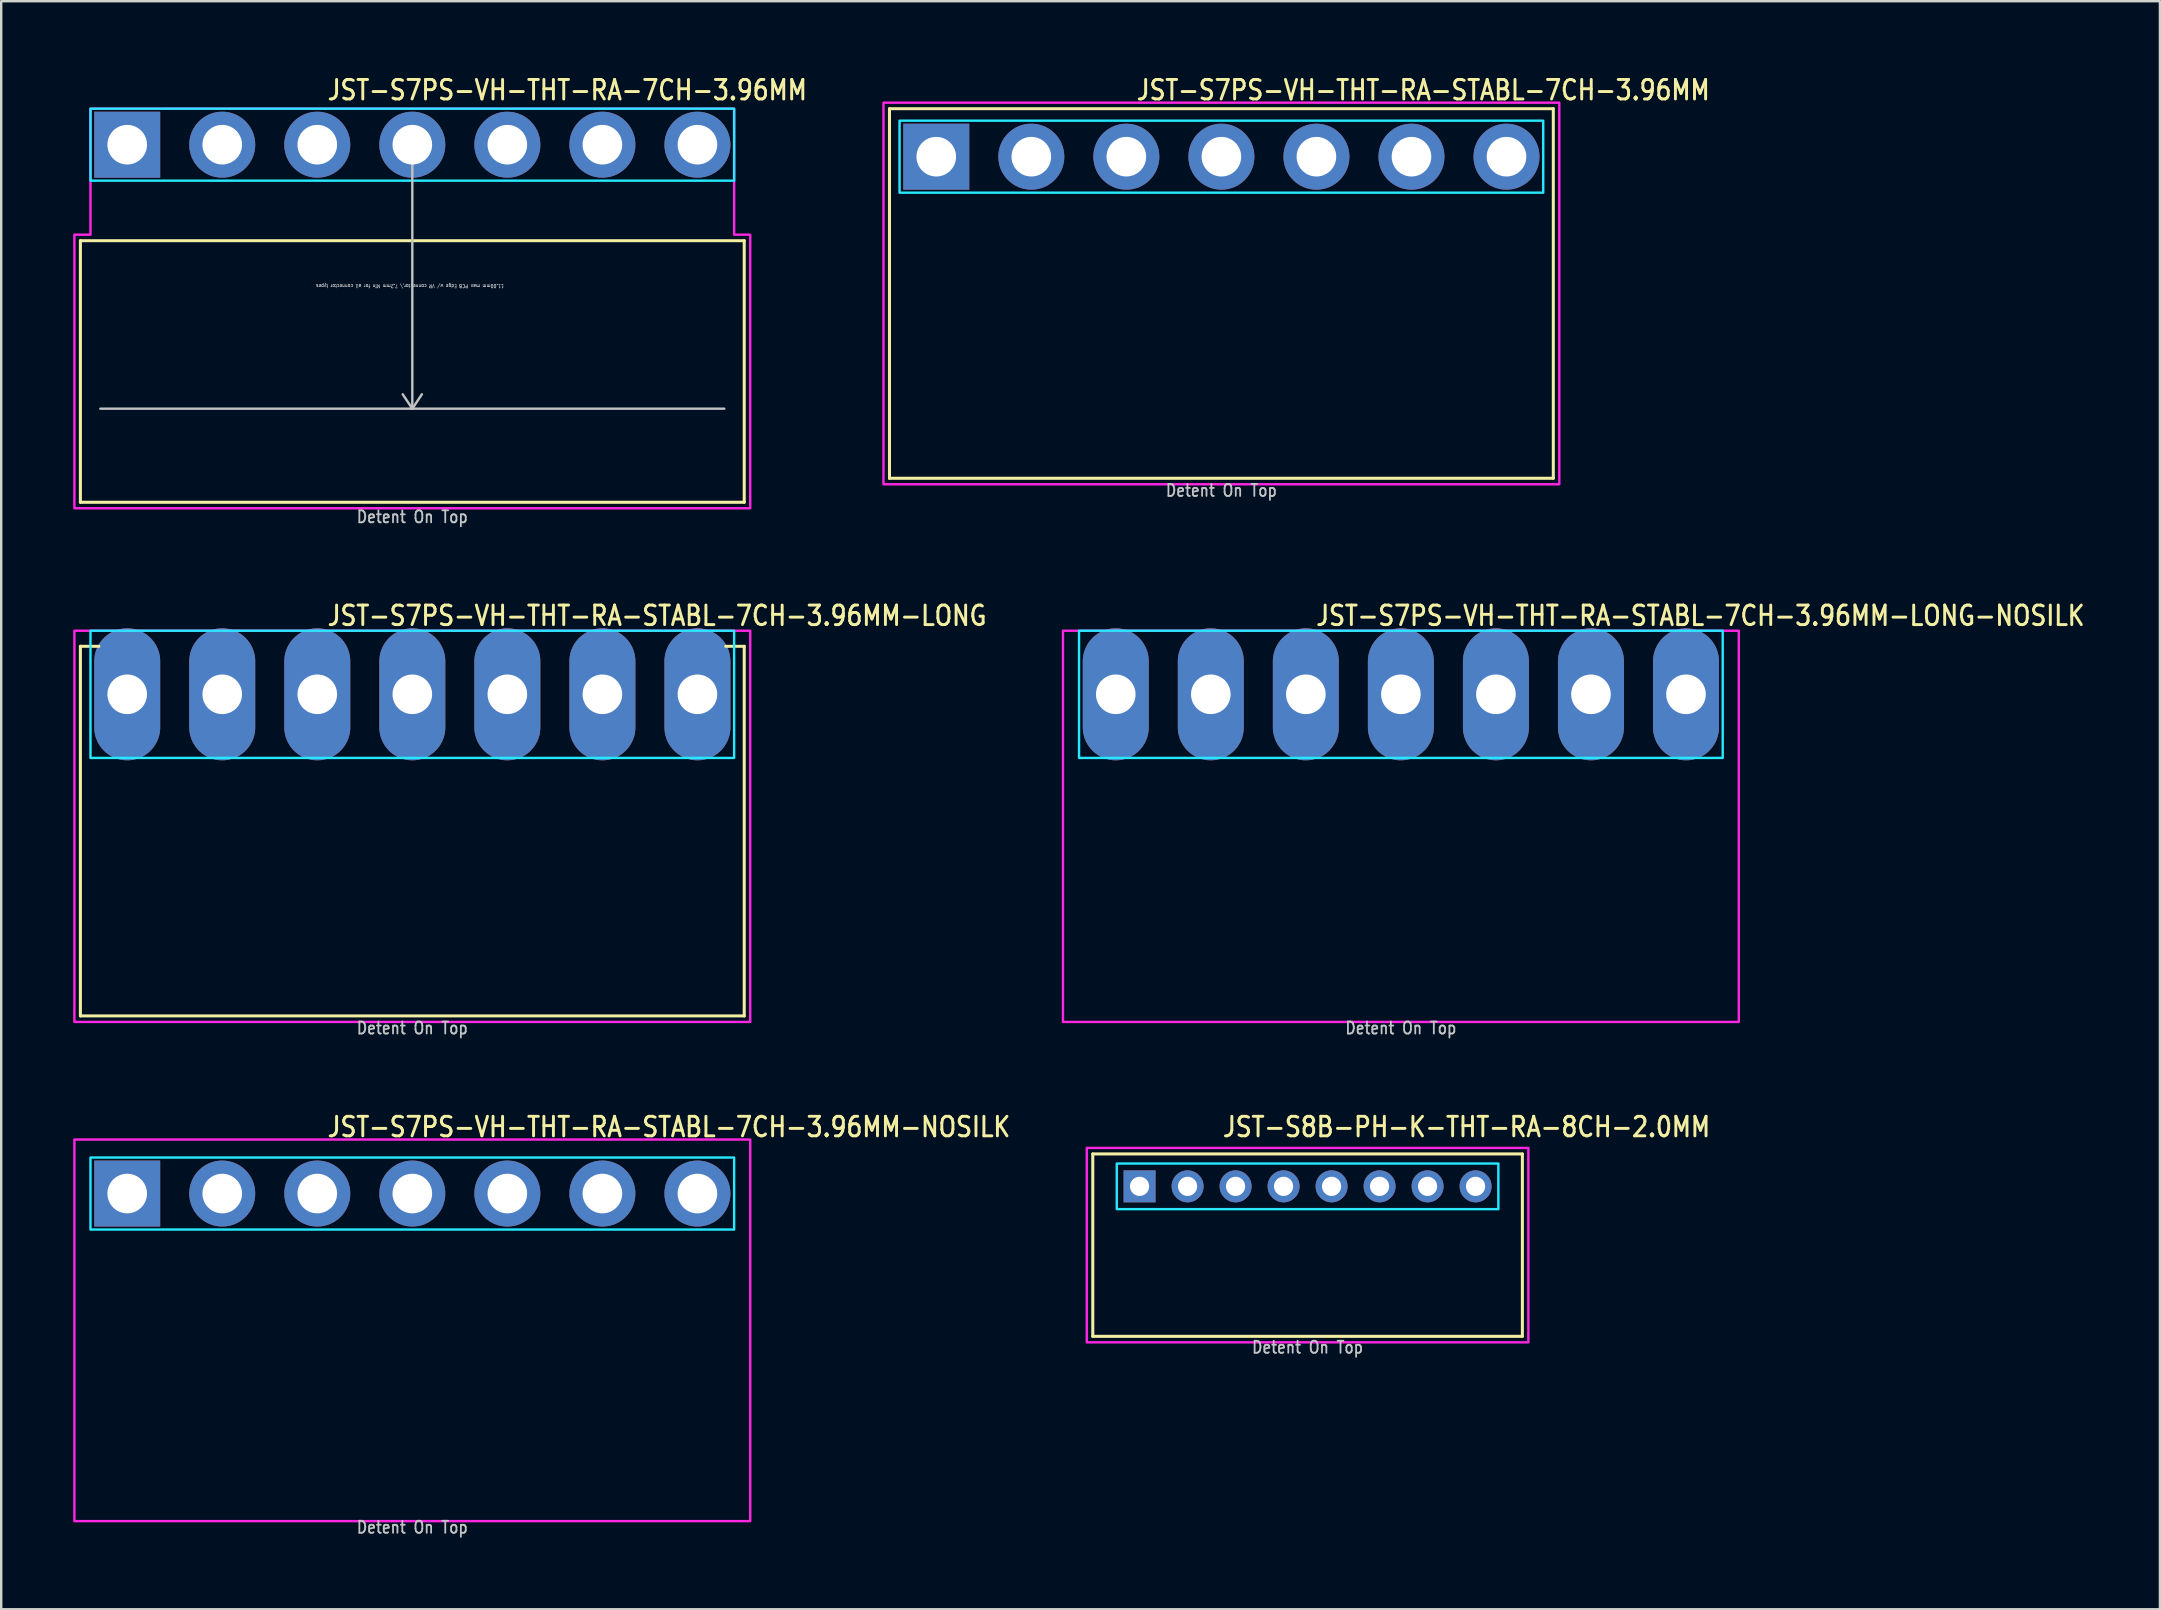
<source format=kicad_pcb>
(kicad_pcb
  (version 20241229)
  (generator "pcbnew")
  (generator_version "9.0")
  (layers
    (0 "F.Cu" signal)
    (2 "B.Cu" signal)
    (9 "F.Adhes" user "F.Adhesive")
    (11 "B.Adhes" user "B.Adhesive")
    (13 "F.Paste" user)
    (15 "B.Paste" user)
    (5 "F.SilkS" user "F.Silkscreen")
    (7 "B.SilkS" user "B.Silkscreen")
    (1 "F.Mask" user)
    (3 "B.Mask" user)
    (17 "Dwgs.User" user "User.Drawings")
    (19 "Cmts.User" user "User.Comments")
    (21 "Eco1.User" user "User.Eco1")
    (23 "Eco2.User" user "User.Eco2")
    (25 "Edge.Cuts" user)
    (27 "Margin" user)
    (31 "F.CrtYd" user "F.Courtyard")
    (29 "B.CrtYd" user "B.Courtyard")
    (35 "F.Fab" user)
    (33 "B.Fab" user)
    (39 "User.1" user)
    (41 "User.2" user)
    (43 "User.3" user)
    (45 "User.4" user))
  (footprint "JST-S7PS-VH-THT-RA-STABL-7CH-3.96MM-LONG"
    (layer "F.Cu")
    (at 14.13 25.88)
    (property "Reference" "JST-S7PS-VH-THT-RA-STABL-7CH-3.96MM-LONG" (at -3.6 -2.8 0) (unlocked yes) (layer "F.SilkS") (effects (font (size 0.813 0.695) (thickness 0.122)) (justify left bottom)))
    (fp_line (start -13.83 -2) (end -13.06 -2) (stroke (width 0.127) (type solid)) (layer "F.SilkS"))
    (fp_line (start -13.83 13.4) (end -13.83 -2) (stroke (width 0.127) (type solid)) (layer "F.SilkS"))
    (fp_line (start -13.83 13.4) (end 13.83 13.4) (stroke (width 0.127) (type solid)) (layer "F.SilkS"))
    (fp_line (start 13.83 -2) (end 13.06 -2) (stroke (width 0.127) (type solid)) (layer "F.SilkS"))
    (fp_line (start 13.83 -2) (end 13.83 13.4) (stroke (width 0.127) (type solid)) (layer "F.SilkS"))
    (fp_poly (pts (xy -13.41 -2.65) (xy -13.41 2.65) (xy 13.41 2.65) (xy 13.41 -2.65)) (stroke (width 0.1) (type solid)) (fill no) (layer "B.CrtYd"))
    (fp_poly (pts (xy -14.08 -2.65) (xy -14.08 13.65) (xy 14.08 13.65) (xy 14.08 -2.65)) (stroke (width 0.1) (type solid)) (fill no) (layer "F.CrtYd"))
    (fp_text user "Detent On Top" (at 0 14.2 0) (unlocked yes) (layer "Dwgs.User") (effects (font (size 0.5 0.427) (thickness 0.075)) (justify bottom)))
    (pad "1" thru_hole oval (at -11.88 0 90) (size 5.5 2.75) (drill 1.65) (layers "*.Cu" "*.Mask"))
    (pad "2" thru_hole oval (at -7.92 0 90) (size 5.5 2.75) (drill 1.65) (layers "*.Cu" "*.Mask"))
    (pad "3" thru_hole oval (at -3.96 0 90) (size 5.5 2.75) (drill 1.65) (layers "*.Cu" "*.Mask"))
    (pad "4" thru_hole oval (at 0 0 90) (size 5.5 2.75) (drill 1.65) (layers "*.Cu" "*.Mask"))
    (pad "5" thru_hole oval (at 3.96 0 90) (size 5.5 2.75) (drill 1.65) (layers "*.Cu" "*.Mask"))
    (pad "6" thru_hole oval (at 7.92 0 90) (size 5.5 2.75) (drill 1.65) (layers "*.Cu" "*.Mask"))
    (pad "7" thru_hole oval (at 11.88 0 90) (size 5.5 2.75) (drill 1.65) (layers "*.Cu" "*.Mask")))
  (footprint "JST-S7PS-VH-THT-RA-STABL-7CH-3.96MM"
    (layer "F.Cu")
    (at 47.842 3.479)
    (property "Reference" "JST-S7PS-VH-THT-RA-STABL-7CH-3.96MM" (at -3.6 -2.3 0) (unlocked yes) (layer "F.SilkS") (effects (font (size 0.813 0.695) (thickness 0.122)) (justify left bottom)))
    (fp_line (start -13.83 -2) (end 13.83 -2) (stroke (width 0.127) (type solid)) (layer "F.SilkS"))
    (fp_line (start -13.83 13.4) (end -13.83 -2) (stroke (width 0.127) (type solid)) (layer "F.SilkS"))
    (fp_line (start -13.83 13.4) (end 13.83 13.4) (stroke (width 0.127) (type solid)) (layer "F.SilkS"))
    (fp_line (start 13.83 -2) (end 13.83 13.4) (stroke (width 0.127) (type solid)) (layer "F.SilkS"))
    (fp_poly (pts (xy -13.41 -1.5) (xy -13.41 1.5) (xy 13.41 1.5) (xy 13.41 -1.5)) (stroke (width 0.1) (type solid)) (fill no) (layer "B.CrtYd"))
    (fp_poly (pts (xy -14.08 13.65) (xy 14.08 13.65) (xy 14.08 -2.25) (xy -14.08 -2.25)) (stroke (width 0.1) (type solid)) (fill no) (layer "F.CrtYd"))
    (fp_text user "Detent On Top" (at 0 14.2 0) (unlocked yes) (layer "Dwgs.User") (effects (font (size 0.5 0.427) (thickness 0.075)) (justify bottom)))
    (pad "1" thru_hole rect (at -11.88 0) (size 2.75 2.75) (drill 1.65) (layers "*.Cu" "*.Mask"))
    (pad "2" thru_hole oval (at -7.92 0) (size 2.75 2.75) (drill 1.65) (layers "*.Cu" "*.Mask"))
    (pad "3" thru_hole oval (at -3.96 0) (size 2.75 2.75) (drill 1.65) (layers "*.Cu" "*.Mask"))
    (pad "4" thru_hole oval (at 0 0) (size 2.75 2.75) (drill 1.65) (layers "*.Cu" "*.Mask"))
    (pad "5" thru_hole oval (at 3.96 0) (size 2.75 2.75) (drill 1.65) (layers "*.Cu" "*.Mask"))
    (pad "6" thru_hole oval (at 7.92 0) (size 2.75 2.75) (drill 1.65) (layers "*.Cu" "*.Mask"))
    (pad "7" thru_hole oval (at 11.88 0) (size 2.75 2.75) (drill 1.65) (layers "*.Cu" "*.Mask")))
  (footprint "JST-S7PS-VH-THT-RA-STABL-7CH-3.96MM-NOSILK"
    (layer "F.Cu")
    (at 14.13 46.682)
    (property "Reference" "JST-S7PS-VH-THT-RA-STABL-7CH-3.96MM-NOSILK" (at -3.6 -2.3 0) (unlocked yes) (layer "F.SilkS") (effects (font (size 0.813 0.695) (thickness 0.122)) (justify left bottom)))
    (fp_poly (pts (xy -13.41 -1.5) (xy -13.41 1.5) (xy 13.41 1.5) (xy 13.41 -1.5)) (stroke (width 0.1) (type solid)) (fill no) (layer "B.CrtYd"))
    (fp_poly (pts (xy -14.08 13.65) (xy 14.08 13.65) (xy 14.08 -2.25) (xy -14.08 -2.25)) (stroke (width 0.1) (type solid)) (fill no) (layer "F.CrtYd"))
    (fp_text user "Detent On Top" (at 0 14.2 0) (unlocked yes) (layer "Dwgs.User") (effects (font (size 0.5 0.427) (thickness 0.075)) (justify bottom)))
    (pad "1" thru_hole rect (at -11.88 0) (size 2.75 2.75) (drill 1.65) (layers "*.Cu" "*.Mask"))
    (pad "2" thru_hole oval (at -7.92 0) (size 2.75 2.75) (drill 1.65) (layers "*.Cu" "*.Mask"))
    (pad "3" thru_hole oval (at -3.96 0) (size 2.75 2.75) (drill 1.65) (layers "*.Cu" "*.Mask"))
    (pad "4" thru_hole oval (at 0 0) (size 2.75 2.75) (drill 1.65) (layers "*.Cu" "*.Mask"))
    (pad "5" thru_hole oval (at 3.96 0) (size 2.75 2.75) (drill 1.65) (layers "*.Cu" "*.Mask"))
    (pad "6" thru_hole oval (at 7.92 0) (size 2.75 2.75) (drill 1.65) (layers "*.Cu" "*.Mask"))
    (pad "7" thru_hole oval (at 11.88 0) (size 2.75 2.75) (drill 1.65) (layers "*.Cu" "*.Mask")))
  (footprint "JST-S7PS-VH-THT-RA-STABL-7CH-3.96MM-LONG-NOSILK"
    (layer "F.Cu")
    (at 55.321 25.88)
    (property "Reference" "JST-S7PS-VH-THT-RA-STABL-7CH-3.96MM-LONG-NOSILK" (at -3.6 -2.8 0) (unlocked yes) (layer "F.SilkS") (effects (font (size 0.813 0.695) (thickness 0.122)) (justify left bottom)))
    (fp_poly (pts (xy -13.41 -2.65) (xy -13.41 2.65) (xy 13.41 2.65) (xy 13.41 -2.65)) (stroke (width 0.1) (type solid)) (fill no) (layer "B.CrtYd"))
    (fp_poly (pts (xy -14.08 -2.65) (xy -14.08 13.65) (xy 14.08 13.65) (xy 14.08 -2.65)) (stroke (width 0.1) (type solid)) (fill no) (layer "F.CrtYd"))
    (fp_text user "Detent On Top" (at 0 14.2 0) (unlocked yes) (layer "Dwgs.User") (effects (font (size 0.5 0.427) (thickness 0.075)) (justify bottom)))
    (pad "1" thru_hole oval (at -11.88 0 90) (size 5.5 2.75) (drill 1.65) (layers "*.Cu" "*.Mask"))
    (pad "2" thru_hole oval (at -7.92 0 90) (size 5.5 2.75) (drill 1.65) (layers "*.Cu" "*.Mask"))
    (pad "3" thru_hole oval (at -3.96 0 90) (size 5.5 2.75) (drill 1.65) (layers "*.Cu" "*.Mask"))
    (pad "4" thru_hole oval (at 0 0 90) (size 5.5 2.75) (drill 1.65) (layers "*.Cu" "*.Mask"))
    (pad "5" thru_hole oval (at 3.96 0 90) (size 5.5 2.75) (drill 1.65) (layers "*.Cu" "*.Mask"))
    (pad "6" thru_hole oval (at 7.92 0 90) (size 5.5 2.75) (drill 1.65) (layers "*.Cu" "*.Mask"))
    (pad "7" thru_hole oval (at 11.88 0 90) (size 5.5 2.75) (drill 1.65) (layers "*.Cu" "*.Mask")))
  (footprint "JST-S7PS-VH-THT-RA-7CH-3.96MM"
    (layer "F.Cu")
    (at 14.13 2.979)
    (property "Reference" "JST-S7PS-VH-THT-RA-7CH-3.96MM" (at -3.6 -1.8 0) (unlocked yes) (layer "F.SilkS") (effects (font (size 0.813 0.695) (thickness 0.122)) (justify left bottom)))
    (fp_line (start -13.83 4) (end 13.83 4) (stroke (width 0.127) (type solid)) (layer "F.SilkS"))
    (fp_line (start -13.83 14.9) (end -13.83 4) (stroke (width 0.127) (type solid)) (layer "F.SilkS"))
    (fp_line (start -13.83 14.9) (end 13.83 14.9) (stroke (width 0.127) (type solid)) (layer "F.SilkS"))
    (fp_line (start 13.83 4) (end 13.83 14.9) (stroke (width 0.127) (type solid)) (layer "F.SilkS"))
    (fp_line (start -13 11) (end 13 11) (stroke (width 0.1) (type solid)) (layer "Dwgs.User"))
    (fp_line (start 0 0) (end -0.4 0.6) (stroke (width 0.1) (type solid)) (layer "Dwgs.User"))
    (fp_line (start 0 0) (end 0 11) (stroke (width 0.1) (type solid)) (layer "Dwgs.User"))
    (fp_line (start 0 0) (end 0.4 0.6) (stroke (width 0.1) (type solid)) (layer "Dwgs.User"))
    (fp_line (start 0 11) (end -0.4 10.4) (stroke (width 0.1) (type solid)) (layer "Dwgs.User"))
    (fp_line (start 0 11) (end 0.4 10.4) (stroke (width 0.1) (type solid)) (layer "Dwgs.User"))
    (fp_poly (pts (xy -13.41 -1.5) (xy -13.41 1.5) (xy 13.41 1.5) (xy 13.41 -1.5)) (stroke (width 0.1) (type solid)) (fill no) (layer "B.CrtYd"))
    (fp_poly (pts (xy -14.08 3.75) (xy -14.08 15.15) (xy 14.08 15.15) (xy 14.08 3.75) (xy 13.41 3.75) (xy 13.41 -1.5) (xy -13.41 -1.5) (xy -13.41 3.75)) (stroke (width 0.1) (type solid)) (fill no) (layer "F.CrtYd"))
    (fp_text user "Detent On Top" (at 0 15.8 0) (unlocked yes) (layer "Dwgs.User") (effects (font (size 0.5 0.427) (thickness 0.075)) (justify bottom)))
    (fp_text user "11.00mm max PCB Edge w/ VR connector,\\ 7.2mm Min for all connector types" (at -0.1 5.8 180) (unlocked yes) (layer "Dwgs.User") (effects (font (size 0.15 0.128) (thickness 0.022)) (justify bottom)))
    (pad "1" thru_hole rect (at -11.88 0) (size 2.75 2.75) (drill 1.65) (layers "*.Cu" "*.Mask"))
    (pad "2" thru_hole oval (at -7.92 0) (size 2.75 2.75) (drill 1.65) (layers "*.Cu" "*.Mask"))
    (pad "3" thru_hole oval (at -3.96 0) (size 2.75 2.75) (drill 1.65) (layers "*.Cu" "*.Mask"))
    (pad "4" thru_hole oval (at 0 0) (size 2.75 2.75) (drill 1.65) (layers "*.Cu" "*.Mask"))
    (pad "5" thru_hole oval (at 3.96 0) (size 2.75 2.75) (drill 1.65) (layers "*.Cu" "*.Mask"))
    (pad "6" thru_hole oval (at 7.92 0) (size 2.75 2.75) (drill 1.65) (layers "*.Cu" "*.Mask"))
    (pad "7" thru_hole oval (at 11.88 0) (size 2.75 2.75) (drill 1.65) (layers "*.Cu" "*.Mask")))
  (footprint "JST-S8B-PH-K-THT-RA-8CH-2.0MM"
    (layer "F.Cu")
    (at 51.433 46.382)
    (property "Reference" "JST-S8B-PH-K-THT-RA-8CH-2.0MM" (at -3.6 -2 0) (unlocked yes) (layer "F.SilkS") (effects (font (size 0.813 0.695) (thickness 0.122)) (justify left bottom)))
    (fp_line (start -8.95 -1.35) (end 8.95 -1.35) (stroke (width 0.127) (type solid)) (layer "F.SilkS"))
    (fp_line (start -8.95 6.25) (end -8.95 -1.35) (stroke (width 0.127) (type solid)) (layer "F.SilkS"))
    (fp_line (start -8.95 6.25) (end 8.95 6.25) (stroke (width 0.127) (type solid)) (layer "F.SilkS"))
    (fp_line (start 8.95 -1.35) (end 8.95 6.25) (stroke (width 0.127) (type solid)) (layer "F.SilkS"))
    (fp_poly (pts (xy -7.95 -0.95) (xy -7.95 0.95) (xy 7.95 0.95) (xy 7.95 -0.95)) (stroke (width 0.1) (type solid)) (fill no) (layer "B.CrtYd"))
    (fp_poly (pts (xy -9.2 -1.6) (xy -9.2 6.5) (xy 9.2 6.5) (xy 9.2 -1.6)) (stroke (width 0.1) (type solid)) (fill no) (layer "F.CrtYd"))
    (fp_text user "Detent On Top" (at 0 7 0) (unlocked yes) (layer "Dwgs.User") (effects (font (size 0.5 0.427) (thickness 0.075)) (justify bottom)))
    (pad "1" thru_hole rect (at -7 0) (size 1.333 1.333) (drill 0.8) (layers "*.Cu" "*.Mask"))
    (pad "2" thru_hole oval (at -5 0) (size 1.333 1.333) (drill 0.8) (layers "*.Cu" "*.Mask"))
    (pad "3" thru_hole oval (at -3 0) (size 1.333 1.333) (drill 0.8) (layers "*.Cu" "*.Mask"))
    (pad "4" thru_hole oval (at -1 0) (size 1.333 1.333) (drill 0.8) (layers "*.Cu" "*.Mask"))
    (pad "5" thru_hole oval (at 1 0) (size 1.333 1.333) (drill 0.8) (layers "*.Cu" "*.Mask"))
    (pad "6" thru_hole oval (at 3 0) (size 1.333 1.333) (drill 0.8) (layers "*.Cu" "*.Mask"))
    (pad "7" thru_hole oval (at 5 0) (size 1.333 1.333) (drill 0.8) (layers "*.Cu" "*.Mask"))
    (pad "8" thru_hole oval (at 7 0) (size 1.333 1.333) (drill 0.8) (layers "*.Cu" "*.Mask")))
  (gr_rect
    (start -3 -3)
    (end 86.948 64.005)
    (stroke (width 0.1) (type default))
    (fill no)
    (layer "Edge.Cuts")))
</source>
